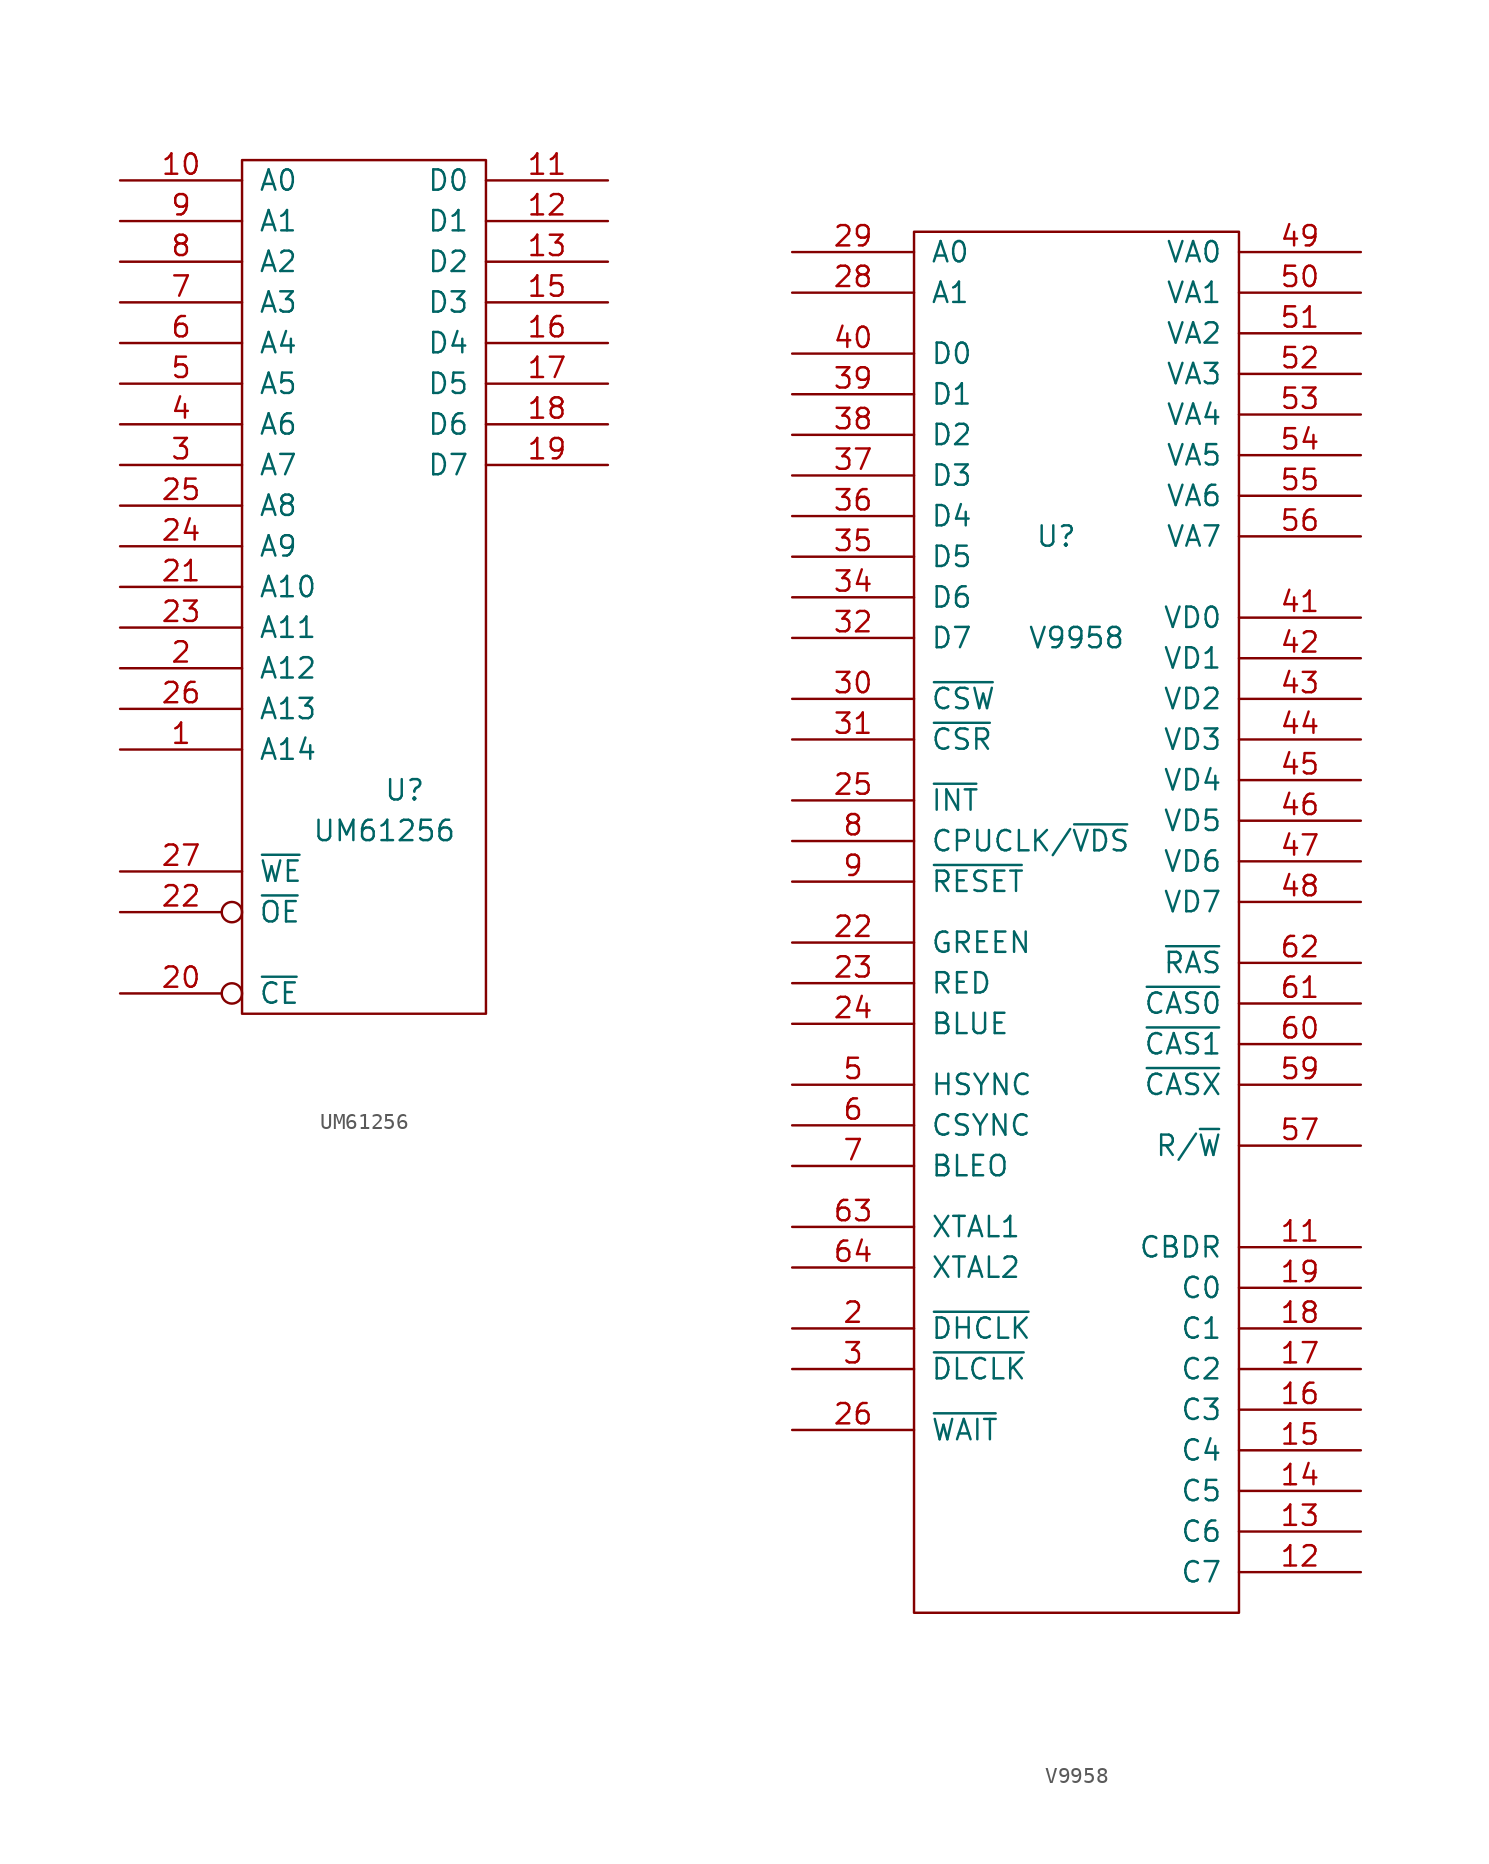
<source format=kicad_sym>
(kicad_symbol_lib
  (version 20231120)
  (generator "kicad_symbol_editor")
  (generator_version "8.0")
  (symbol "UM61256"
    (pin_names
      (offset 1.016))
    (property "Reference" "U"
      (at 2.54 -15.24 0)
      (effects (font (size 1.27 1.27))))
    (property "Value" "UM61256"
      (at 1.27 -17.78 0)
      (effects (font (size 1.27 1.27))))
    (property "Footprint" ""
      (at 2.54 0 0)
      (effects (font (size 1.27 1.27))))
    (property "Datasheet" ""
      (at 2.54 0 0)
      (effects (font (size 1.27 1.27))))
    (symbol "UM61256_0_0"
      (pin power_in line (at 0 -29.21 90) (length 1.27) hide (name "GND" (effects (font (size 1.27 1.27)))) (number "14" (effects (font (size 1.27 1.27)))))
      (pin power_in line (at 0 24.13 270) (length 1.27) hide (name "VCC" (effects (font (size 1.27 1.27)))) (number "28" (effects (font (size 1.27 1.27))))))
    (symbol "UM61256_0_1"
      (rectangle (start -7.62 24.13) (end 7.62 -29.21) (stroke (width 0) (type solid)) (fill (type none))))
    (symbol "UM61256_1_1"
      (pin input line (at -15.24 -12.7 0) (length 7.62) (name "A14" (effects (font (size 1.27 1.27)))) (number "1" (effects (font (size 1.27 1.27)))))
      (pin input line (at -15.24 22.86 0) (length 7.62) (name "A0" (effects (font (size 1.27 1.27)))) (number "10" (effects (font (size 1.27 1.27)))))
      (pin tri_state line (at 15.24 22.86 180) (length 7.62) (name "D0" (effects (font (size 1.27 1.27)))) (number "11" (effects (font (size 1.27 1.27)))))
      (pin tri_state line (at 15.24 20.32 180) (length 7.62) (name "D1" (effects (font (size 1.27 1.27)))) (number "12" (effects (font (size 1.27 1.27)))))
      (pin tri_state line (at 15.24 17.78 180) (length 7.62) (name "D2" (effects (font (size 1.27 1.27)))) (number "13" (effects (font (size 1.27 1.27)))))
      (pin tri_state line (at 15.24 15.24 180) (length 7.62) (name "D3" (effects (font (size 1.27 1.27)))) (number "15" (effects (font (size 1.27 1.27)))))
      (pin tri_state line (at 15.24 12.7 180) (length 7.62) (name "D4" (effects (font (size 1.27 1.27)))) (number "16" (effects (font (size 1.27 1.27)))))
      (pin tri_state line (at 15.24 10.16 180) (length 7.62) (name "D5" (effects (font (size 1.27 1.27)))) (number "17" (effects (font (size 1.27 1.27)))))
      (pin tri_state line (at 15.24 7.62 180) (length 7.62) (name "D6" (effects (font (size 1.27 1.27)))) (number "18" (effects (font (size 1.27 1.27)))))
      (pin tri_state line (at 15.24 5.08 180) (length 7.62) (name "D7" (effects (font (size 1.27 1.27)))) (number "19" (effects (font (size 1.27 1.27)))))
      (pin input line (at -15.24 -7.62 0) (length 7.62) (name "A12" (effects (font (size 1.27 1.27)))) (number "2" (effects (font (size 1.27 1.27)))))
      (pin input inverted (at -15.24 -27.94 0) (length 7.62) (name "~{CE}" (effects (font (size 1.27 1.27)))) (number "20" (effects (font (size 1.27 1.27)))))
      (pin input line (at -15.24 -2.54 0) (length 7.62) (name "A10" (effects (font (size 1.27 1.27)))) (number "21" (effects (font (size 1.27 1.27)))))
      (pin input inverted (at -15.24 -22.86 0) (length 7.62) (name "~{OE}" (effects (font (size 1.27 1.27)))) (number "22" (effects (font (size 1.27 1.27)))))
      (pin input line (at -15.24 -5.08 0) (length 7.62) (name "A11" (effects (font (size 1.27 1.27)))) (number "23" (effects (font (size 1.27 1.27)))))
      (pin input line (at -15.24 0 0) (length 7.62) (name "A9" (effects (font (size 1.27 1.27)))) (number "24" (effects (font (size 1.27 1.27)))))
      (pin input line (at -15.24 2.54 0) (length 7.62) (name "A8" (effects (font (size 1.27 1.27)))) (number "25" (effects (font (size 1.27 1.27)))))
      (pin input line (at -15.24 -10.16 0) (length 7.62) (name "A13" (effects (font (size 1.27 1.27)))) (number "26" (effects (font (size 1.27 1.27)))))
      (pin input line (at -15.24 -20.32 0) (length 7.62) (name "~{WE}" (effects (font (size 1.27 1.27)))) (number "27" (effects (font (size 1.27 1.27)))))
      (pin input line (at -15.24 5.08 0) (length 7.62) (name "A7" (effects (font (size 1.27 1.27)))) (number "3" (effects (font (size 1.27 1.27)))))
      (pin input line (at -15.24 7.62 0) (length 7.62) (name "A6" (effects (font (size 1.27 1.27)))) (number "4" (effects (font (size 1.27 1.27)))))
      (pin input line (at -15.24 10.16 0) (length 7.62) (name "A5" (effects (font (size 1.27 1.27)))) (number "5" (effects (font (size 1.27 1.27)))))
      (pin input line (at -15.24 12.7 0) (length 7.62) (name "A4" (effects (font (size 1.27 1.27)))) (number "6" (effects (font (size 1.27 1.27)))))
      (pin input line (at -15.24 15.24 0) (length 7.62) (name "A3" (effects (font (size 1.27 1.27)))) (number "7" (effects (font (size 1.27 1.27)))))
      (pin input line (at -15.24 17.78 0) (length 7.62) (name "A2" (effects (font (size 1.27 1.27)))) (number "8" (effects (font (size 1.27 1.27)))))
      (pin input line (at -15.24 20.32 0) (length 7.62) (name "A1" (effects (font (size 1.27 1.27)))) (number "9" (effects (font (size 1.27 1.27)))))))
  (symbol "V9958"
    (pin_names
      (offset 1.016))
    (property "Reference" "U"
      (at -1.27 19.05 0)
      (effects (font (size 1.27 1.27))))
    (property "Value" "V9958"
      (at 0 12.7 0)
      (effects (font (size 1.27 1.27))))
    (property "Footprint" ""
      (at 0 13.97 0)
      (effects (font (size 1.27 1.27))))
    (property "Datasheet" ""
      (at 0 13.97 0)
      (effects (font (size 1.27 1.27))))
    (symbol "V9958_0_0"
      (pin power_in line (at -1.27 -48.26 90) (length 1.27) hide (name "GND" (effects (font (size 1.27 1.27)))) (number "1" (effects (font (size 1.27 1.27)))))
      (pin power_in line (at 2.54 -48.26 90) (length 1.27) hide (name "GND" (effects (font (size 1.27 1.27)))) (number "20" (effects (font (size 1.27 1.27)))))
      (pin power_in line (at 0 39.37 270) (length 1.27) hide (name "VDD" (effects (font (size 1.27 1.27)))) (number "21" (effects (font (size 1.27 1.27)))))
      (pin power_in line (at 2.54 39.37 270) (length 1.27) hide (name "Vbb" (effects (font (size 1.27 1.27)))) (number "33" (effects (font (size 1.27 1.27)))))
      (pin power_in line (at -2.54 39.37 270) (length 1.27) hide (name "VCC" (effects (font (size 1.27 1.27)))) (number "58" (effects (font (size 1.27 1.27))))))
    (symbol "V9958_0_1"
      (rectangle (start -10.16 38.1) (end 10.16 -48.26) (stroke (width 0) (type solid)) (fill (type none))))
    (symbol "V9958_1_1"
      (pin tri_state line (at 17.78 -25.4 180) (length 7.62) (name "CBDR" (effects (font (size 1.27 1.27)))) (number "11" (effects (font (size 1.27 1.27)))))
      (pin tri_state line (at 17.78 -45.72 180) (length 7.62) (name "C7" (effects (font (size 1.27 1.27)))) (number "12" (effects (font (size 1.27 1.27)))))
      (pin tri_state line (at 17.78 -43.18 180) (length 7.62) (name "C6" (effects (font (size 1.27 1.27)))) (number "13" (effects (font (size 1.27 1.27)))))
      (pin tri_state line (at 17.78 -40.64 180) (length 7.62) (name "C5" (effects (font (size 1.27 1.27)))) (number "14" (effects (font (size 1.27 1.27)))))
      (pin tri_state line (at 17.78 -38.1 180) (length 7.62) (name "C4" (effects (font (size 1.27 1.27)))) (number "15" (effects (font (size 1.27 1.27)))))
      (pin tri_state line (at 17.78 -35.56 180) (length 7.62) (name "C3" (effects (font (size 1.27 1.27)))) (number "16" (effects (font (size 1.27 1.27)))))
      (pin tri_state line (at 17.78 -33.02 180) (length 7.62) (name "C2" (effects (font (size 1.27 1.27)))) (number "17" (effects (font (size 1.27 1.27)))))
      (pin tri_state line (at 17.78 -30.48 180) (length 7.62) (name "C1" (effects (font (size 1.27 1.27)))) (number "18" (effects (font (size 1.27 1.27)))))
      (pin tri_state line (at 17.78 -27.94 180) (length 7.62) (name "C0" (effects (font (size 1.27 1.27)))) (number "19" (effects (font (size 1.27 1.27)))))
      (pin input line (at -17.78 -30.48 0) (length 7.62) (name "~{DHCLK}" (effects (font (size 1.27 1.27)))) (number "2" (effects (font (size 1.27 1.27)))))
      (pin input line (at -17.78 -6.35 0) (length 7.62) (name "GREEN" (effects (font (size 1.27 1.27)))) (number "22" (effects (font (size 1.27 1.27)))))
      (pin input line (at -17.78 -8.89 0) (length 7.62) (name "RED" (effects (font (size 1.27 1.27)))) (number "23" (effects (font (size 1.27 1.27)))))
      (pin input line (at -17.78 -11.43 0) (length 7.62) (name "BLUE" (effects (font (size 1.27 1.27)))) (number "24" (effects (font (size 1.27 1.27)))))
      (pin input line (at -17.78 2.54 0) (length 7.62) (name "~{INT}" (effects (font (size 1.27 1.27)))) (number "25" (effects (font (size 1.27 1.27)))))
      (pin input line (at -17.78 -36.83 0) (length 7.62) (name "~{WAIT}" (effects (font (size 1.27 1.27)))) (number "26" (effects (font (size 1.27 1.27)))))
      (pin input line (at -17.78 34.29 0) (length 7.62) (name "A1" (effects (font (size 1.27 1.27)))) (number "28" (effects (font (size 1.27 1.27)))))
      (pin input line (at -17.78 36.83 0) (length 7.62) (name "A0" (effects (font (size 1.27 1.27)))) (number "29" (effects (font (size 1.27 1.27)))))
      (pin input line (at -17.78 -33.02 0) (length 7.62) (name "~{DLCLK}" (effects (font (size 1.27 1.27)))) (number "3" (effects (font (size 1.27 1.27)))))
      (pin input line (at -17.78 8.89 0) (length 7.62) (name "~{CSW}" (effects (font (size 1.27 1.27)))) (number "30" (effects (font (size 1.27 1.27)))))
      (pin input line (at -17.78 6.35 0) (length 7.62) (name "~{CSR}" (effects (font (size 1.27 1.27)))) (number "31" (effects (font (size 1.27 1.27)))))
      (pin tri_state line (at -17.78 12.7 0) (length 7.62) (name "D7" (effects (font (size 1.27 1.27)))) (number "32" (effects (font (size 1.27 1.27)))))
      (pin tri_state line (at -17.78 15.24 0) (length 7.62) (name "D6" (effects (font (size 1.27 1.27)))) (number "34" (effects (font (size 1.27 1.27)))))
      (pin tri_state line (at -17.78 17.78 0) (length 7.62) (name "D5" (effects (font (size 1.27 1.27)))) (number "35" (effects (font (size 1.27 1.27)))))
      (pin tri_state line (at -17.78 20.32 0) (length 7.62) (name "D4" (effects (font (size 1.27 1.27)))) (number "36" (effects (font (size 1.27 1.27)))))
      (pin tri_state line (at -17.78 22.86 0) (length 7.62) (name "D3" (effects (font (size 1.27 1.27)))) (number "37" (effects (font (size 1.27 1.27)))))
      (pin tri_state line (at -17.78 25.4 0) (length 7.62) (name "D2" (effects (font (size 1.27 1.27)))) (number "38" (effects (font (size 1.27 1.27)))))
      (pin tri_state line (at -17.78 27.94 0) (length 7.62) (name "D1" (effects (font (size 1.27 1.27)))) (number "39" (effects (font (size 1.27 1.27)))))
      (pin tri_state line (at -17.78 30.48 0) (length 7.62) (name "D0" (effects (font (size 1.27 1.27)))) (number "40" (effects (font (size 1.27 1.27)))))
      (pin tri_state line (at 17.78 13.97 180) (length 7.62) (name "VD0" (effects (font (size 1.27 1.27)))) (number "41" (effects (font (size 1.27 1.27)))))
      (pin tri_state line (at 17.78 11.43 180) (length 7.62) (name "VD1" (effects (font (size 1.27 1.27)))) (number "42" (effects (font (size 1.27 1.27)))))
      (pin tri_state line (at 17.78 8.89 180) (length 7.62) (name "VD2" (effects (font (size 1.27 1.27)))) (number "43" (effects (font (size 1.27 1.27)))))
      (pin tri_state line (at 17.78 6.35 180) (length 7.62) (name "VD3" (effects (font (size 1.27 1.27)))) (number "44" (effects (font (size 1.27 1.27)))))
      (pin tri_state line (at 17.78 3.81 180) (length 7.62) (name "VD4" (effects (font (size 1.27 1.27)))) (number "45" (effects (font (size 1.27 1.27)))))
      (pin tri_state line (at 17.78 1.27 180) (length 7.62) (name "VD5" (effects (font (size 1.27 1.27)))) (number "46" (effects (font (size 1.27 1.27)))))
      (pin tri_state line (at 17.78 -1.27 180) (length 7.62) (name "VD6" (effects (font (size 1.27 1.27)))) (number "47" (effects (font (size 1.27 1.27)))))
      (pin tri_state line (at 17.78 -3.81 180) (length 7.62) (name "VD7" (effects (font (size 1.27 1.27)))) (number "48" (effects (font (size 1.27 1.27)))))
      (pin input line (at 17.78 36.83 180) (length 7.62) (name "VA0" (effects (font (size 1.27 1.27)))) (number "49" (effects (font (size 1.27 1.27)))))
      (pin input line (at -17.78 -15.24 0) (length 7.62) (name "HSYNC" (effects (font (size 1.27 1.27)))) (number "5" (effects (font (size 1.27 1.27)))))
      (pin input line (at 17.78 34.29 180) (length 7.62) (name "VA1" (effects (font (size 1.27 1.27)))) (number "50" (effects (font (size 1.27 1.27)))))
      (pin input line (at 17.78 31.75 180) (length 7.62) (name "VA2" (effects (font (size 1.27 1.27)))) (number "51" (effects (font (size 1.27 1.27)))))
      (pin input line (at 17.78 29.21 180) (length 7.62) (name "VA3" (effects (font (size 1.27 1.27)))) (number "52" (effects (font (size 1.27 1.27)))))
      (pin input line (at 17.78 26.67 180) (length 7.62) (name "VA4" (effects (font (size 1.27 1.27)))) (number "53" (effects (font (size 1.27 1.27)))))
      (pin input line (at 17.78 24.13 180) (length 7.62) (name "VA5" (effects (font (size 1.27 1.27)))) (number "54" (effects (font (size 1.27 1.27)))))
      (pin input line (at 17.78 21.59 180) (length 7.62) (name "VA6" (effects (font (size 1.27 1.27)))) (number "55" (effects (font (size 1.27 1.27)))))
      (pin input line (at 17.78 19.05 180) (length 7.62) (name "VA7" (effects (font (size 1.27 1.27)))) (number "56" (effects (font (size 1.27 1.27)))))
      (pin tri_state line (at 17.78 -19.05 180) (length 7.62) (name "R/~{W}" (effects (font (size 1.27 1.27)))) (number "57" (effects (font (size 1.27 1.27)))))
      (pin tri_state line (at 17.78 -15.24 180) (length 7.62) (name "~{CASX}" (effects (font (size 1.27 1.27)))) (number "59" (effects (font (size 1.27 1.27)))))
      (pin input line (at -17.78 -17.78 0) (length 7.62) (name "CSYNC" (effects (font (size 1.27 1.27)))) (number "6" (effects (font (size 1.27 1.27)))))
      (pin tri_state line (at 17.78 -12.7 180) (length 7.62) (name "~{CAS1}" (effects (font (size 1.27 1.27)))) (number "60" (effects (font (size 1.27 1.27)))))
      (pin tri_state line (at 17.78 -10.16 180) (length 7.62) (name "~{CAS0}" (effects (font (size 1.27 1.27)))) (number "61" (effects (font (size 1.27 1.27)))))
      (pin tri_state line (at 17.78 -7.62 180) (length 7.62) (name "~{RAS}" (effects (font (size 1.27 1.27)))) (number "62" (effects (font (size 1.27 1.27)))))
      (pin input line (at -17.78 -24.13 0) (length 7.62) (name "XTAL1" (effects (font (size 1.27 1.27)))) (number "63" (effects (font (size 1.27 1.27)))))
      (pin input line (at -17.78 -26.67 0) (length 7.62) (name "XTAL2" (effects (font (size 1.27 1.27)))) (number "64" (effects (font (size 1.27 1.27)))))
      (pin input line (at -17.78 -20.32 0) (length 7.62) (name "BLEO" (effects (font (size 1.27 1.27)))) (number "7" (effects (font (size 1.27 1.27)))))
      (pin input line (at -17.78 0 0) (length 7.62) (name "CPUCLK/~{VDS}" (effects (font (size 1.27 1.27)))) (number "8" (effects (font (size 1.27 1.27)))))
      (pin input line (at -17.78 -2.54 0) (length 7.62) (name "~{RESET}" (effects (font (size 1.27 1.27)))) (number "9" (effects (font (size 1.27 1.27))))))))
</source>
